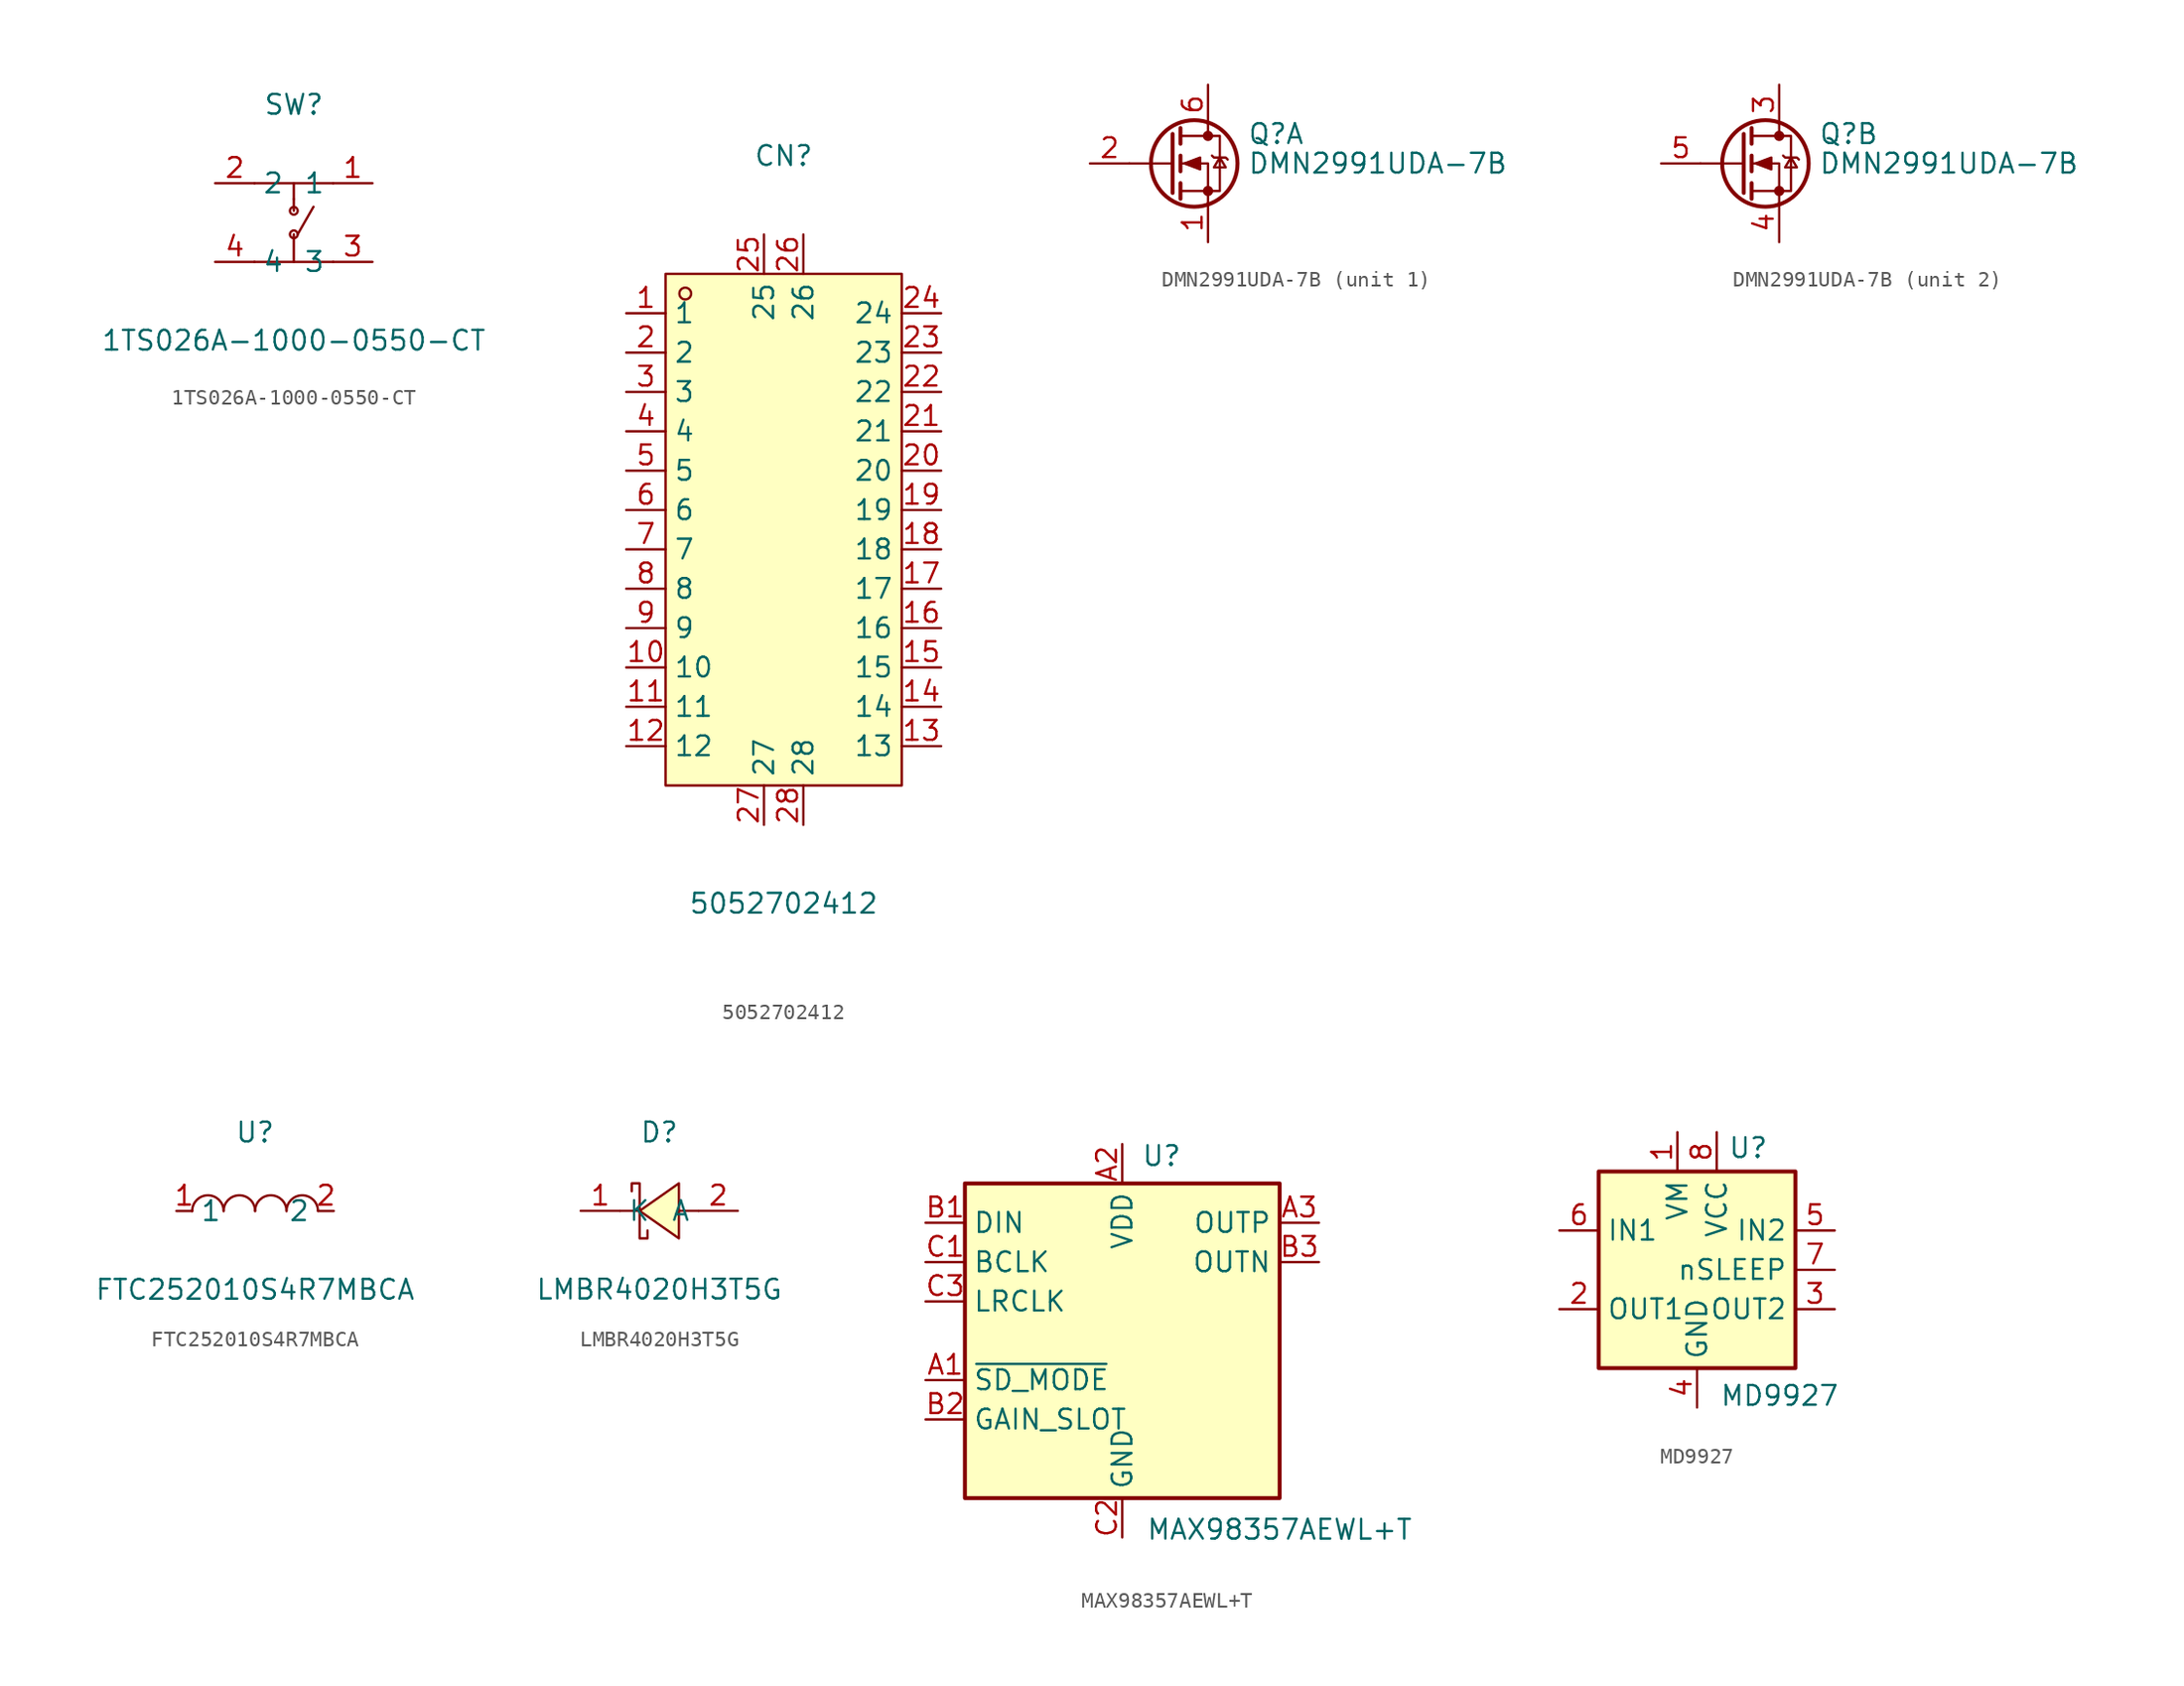
<source format=kicad_sym>
(kicad_symbol_lib
  (version 20231120)
  (generator "kicad_symbol_editor")
  (generator_version "8.0")
  (symbol "1TS026A-1000-0550-CT"
    (property "Reference" "SW"
      (at 0 7.62 0)
      (effects (font (size 1.27 1.27))))
    (property "Value" "1TS026A-1000-0550-CT"
      (at 0 -7.62 0)
      (effects (font (size 1.27 1.27))))
    (symbol "1TS026A-1000-0550-CT_0_1"
      (circle (center 0 -0.76) (radius 0.25) (stroke (width 0) (type default)) (fill (type none)))
      (polyline (pts (xy 0 -2.54) (xy 0 -0.76)) (stroke (width 0) (type default)) (fill (type none)))
      (polyline (pts (xy 0 1.52) (xy 0 0.76)) (stroke (width 0) (type default)) (fill (type none)))
      (polyline (pts (xy 0 2.54) (xy 0 1.52)) (stroke (width 0) (type default)) (fill (type none)))
      (polyline (pts (xy 1.27 1.02) (xy 0.25 -0.76)) (stroke (width 0) (type default)) (fill (type none)))
      (polyline (pts (xy 2.54 -2.54) (xy -2.54 -2.54)) (stroke (width 0) (type default)) (fill (type none)))
      (polyline (pts (xy 2.54 2.54) (xy -2.54 2.54)) (stroke (width 0) (type default)) (fill (type none)))
      (circle (center 0 0.76) (radius 0.25) (stroke (width 0) (type default)) (fill (type none)))
      (pin unspecified line (at 5.08 2.54 180) (length 2.54) (name "1" (effects (font (size 1.27 1.27)))) (number "1" (effects (font (size 1.27 1.27)))))
      (pin unspecified line (at -5.08 2.54 0) (length 2.54) (name "2" (effects (font (size 1.27 1.27)))) (number "2" (effects (font (size 1.27 1.27)))))
      (pin unspecified line (at 5.08 -2.54 180) (length 2.54) (name "3" (effects (font (size 1.27 1.27)))) (number "3" (effects (font (size 1.27 1.27)))))
      (pin unspecified line (at -5.08 -2.54 0) (length 2.54) (name "4" (effects (font (size 1.27 1.27)))) (number "4" (effects (font (size 1.27 1.27)))))))
  (symbol "5052702412"
    (property "Reference" "CN"
      (at 0 24.13 0)
      (effects (font (size 1.27 1.27))))
    (property "Value" "5052702412"
      (at 0 -24.13 0)
      (effects (font (size 1.27 1.27))))
    (symbol "5052702412_0_1"
      (rectangle (start -7.62 16.51) (end 7.62 -16.51) (stroke (width 0) (type default)) (fill (type background)))
      (circle (center -6.35 15.24) (radius 0.38) (stroke (width 0) (type default)) (fill (type none)))
      (pin unspecified line (at -10.16 13.97 0) (length 2.54) (name "1" (effects (font (size 1.27 1.27)))) (number "1" (effects (font (size 1.27 1.27)))))
      (pin unspecified line (at -10.16 -8.89 0) (length 2.54) (name "10" (effects (font (size 1.27 1.27)))) (number "10" (effects (font (size 1.27 1.27)))))
      (pin unspecified line (at -10.16 -11.43 0) (length 2.54) (name "11" (effects (font (size 1.27 1.27)))) (number "11" (effects (font (size 1.27 1.27)))))
      (pin unspecified line (at -10.16 -13.97 0) (length 2.54) (name "12" (effects (font (size 1.27 1.27)))) (number "12" (effects (font (size 1.27 1.27)))))
      (pin unspecified line (at 10.16 -13.97 180) (length 2.54) (name "13" (effects (font (size 1.27 1.27)))) (number "13" (effects (font (size 1.27 1.27)))))
      (pin unspecified line (at 10.16 -11.43 180) (length 2.54) (name "14" (effects (font (size 1.27 1.27)))) (number "14" (effects (font (size 1.27 1.27)))))
      (pin unspecified line (at 10.16 -8.89 180) (length 2.54) (name "15" (effects (font (size 1.27 1.27)))) (number "15" (effects (font (size 1.27 1.27)))))
      (pin unspecified line (at 10.16 -6.35 180) (length 2.54) (name "16" (effects (font (size 1.27 1.27)))) (number "16" (effects (font (size 1.27 1.27)))))
      (pin unspecified line (at 10.16 -3.81 180) (length 2.54) (name "17" (effects (font (size 1.27 1.27)))) (number "17" (effects (font (size 1.27 1.27)))))
      (pin unspecified line (at 10.16 -1.27 180) (length 2.54) (name "18" (effects (font (size 1.27 1.27)))) (number "18" (effects (font (size 1.27 1.27)))))
      (pin unspecified line (at 10.16 1.27 180) (length 2.54) (name "19" (effects (font (size 1.27 1.27)))) (number "19" (effects (font (size 1.27 1.27)))))
      (pin unspecified line (at -10.16 11.43 0) (length 2.54) (name "2" (effects (font (size 1.27 1.27)))) (number "2" (effects (font (size 1.27 1.27)))))
      (pin unspecified line (at 10.16 3.81 180) (length 2.54) (name "20" (effects (font (size 1.27 1.27)))) (number "20" (effects (font (size 1.27 1.27)))))
      (pin unspecified line (at 10.16 6.35 180) (length 2.54) (name "21" (effects (font (size 1.27 1.27)))) (number "21" (effects (font (size 1.27 1.27)))))
      (pin unspecified line (at 10.16 8.89 180) (length 2.54) (name "22" (effects (font (size 1.27 1.27)))) (number "22" (effects (font (size 1.27 1.27)))))
      (pin unspecified line (at 10.16 11.43 180) (length 2.54) (name "23" (effects (font (size 1.27 1.27)))) (number "23" (effects (font (size 1.27 1.27)))))
      (pin unspecified line (at 10.16 13.97 180) (length 2.54) (name "24" (effects (font (size 1.27 1.27)))) (number "24" (effects (font (size 1.27 1.27)))))
      (pin unspecified line (at -1.27 19.05 270) (length 2.54) (name "25" (effects (font (size 1.27 1.27)))) (number "25" (effects (font (size 1.27 1.27)))))
      (pin unspecified line (at 1.27 19.05 270) (length 2.54) (name "26" (effects (font (size 1.27 1.27)))) (number "26" (effects (font (size 1.27 1.27)))))
      (pin unspecified line (at -1.27 -19.05 90) (length 2.54) (name "27" (effects (font (size 1.27 1.27)))) (number "27" (effects (font (size 1.27 1.27)))))
      (pin unspecified line (at 1.27 -19.05 90) (length 2.54) (name "28" (effects (font (size 1.27 1.27)))) (number "28" (effects (font (size 1.27 1.27)))))
      (pin unspecified line (at -10.16 8.89 0) (length 2.54) (name "3" (effects (font (size 1.27 1.27)))) (number "3" (effects (font (size 1.27 1.27)))))
      (pin unspecified line (at -10.16 6.35 0) (length 2.54) (name "4" (effects (font (size 1.27 1.27)))) (number "4" (effects (font (size 1.27 1.27)))))
      (pin unspecified line (at -10.16 3.81 0) (length 2.54) (name "5" (effects (font (size 1.27 1.27)))) (number "5" (effects (font (size 1.27 1.27)))))
      (pin unspecified line (at -10.16 1.27 0) (length 2.54) (name "6" (effects (font (size 1.27 1.27)))) (number "6" (effects (font (size 1.27 1.27)))))
      (pin unspecified line (at -10.16 -1.27 0) (length 2.54) (name "7" (effects (font (size 1.27 1.27)))) (number "7" (effects (font (size 1.27 1.27)))))
      (pin unspecified line (at -10.16 -3.81 0) (length 2.54) (name "8" (effects (font (size 1.27 1.27)))) (number "8" (effects (font (size 1.27 1.27)))))
      (pin unspecified line (at -10.16 -6.35 0) (length 2.54) (name "9" (effects (font (size 1.27 1.27)))) (number "9" (effects (font (size 1.27 1.27)))))))
  (symbol "DMN2991UDA-7B"
    (pin_names hide)
    (property "Reference" "Q"
      (at 5.08 1.905 0)
      (effects (font (size 1.27 1.27)) (justify left)))
    (property "Value" "DMN2991UDA-7B"
      (at 5.08 0 0)
      (effects (font (size 1.27 1.27)) (justify left)))
    (symbol "DMN2991UDA-7B_0_1"
      (polyline (pts (xy 0.254 0) (xy -2.54 0)) (stroke (width 0) (type default)) (fill (type none)))
      (polyline (pts (xy 0.254 1.905) (xy 0.254 -1.905)) (stroke (width 0.254) (type default)) (fill (type none)))
      (polyline (pts (xy 0.762 -1.27) (xy 0.762 -2.286)) (stroke (width 0.254) (type default)) (fill (type none)))
      (polyline (pts (xy 0.762 0.508) (xy 0.762 -0.508)) (stroke (width 0.254) (type default)) (fill (type none)))
      (polyline (pts (xy 0.762 2.286) (xy 0.762 1.27)) (stroke (width 0.254) (type default)) (fill (type none)))
      (polyline (pts (xy 2.54 2.54) (xy 2.54 1.778)) (stroke (width 0) (type default)) (fill (type none)))
      (polyline (pts (xy 2.54 -2.54) (xy 2.54 0) (xy 0.762 0)) (stroke (width 0) (type default)) (fill (type none)))
      (polyline (pts (xy 0.762 -1.778) (xy 3.302 -1.778) (xy 3.302 1.778) (xy 0.762 1.778)) (stroke (width 0) (type default)) (fill (type none)))
      (polyline (pts (xy 1.016 0) (xy 2.032 0.381) (xy 2.032 -0.381) (xy 1.016 0)) (stroke (width 0) (type default)) (fill (type outline)))
      (polyline (pts (xy 2.794 0.508) (xy 2.921 0.381) (xy 3.683 0.381) (xy 3.81 0.254)) (stroke (width 0) (type default)) (fill (type none)))
      (polyline (pts (xy 3.302 0.381) (xy 2.921 -0.254) (xy 3.683 -0.254) (xy 3.302 0.381)) (stroke (width 0) (type default)) (fill (type none)))
      (circle (center 1.651 0) (radius 2.794) (stroke (width 0.254) (type default)) (fill (type none)))
      (circle (center 2.54 -1.778) (radius 0.254) (stroke (width 0) (type default)) (fill (type outline)))
      (circle (center 2.54 1.778) (radius 0.254) (stroke (width 0) (type default)) (fill (type outline))))
    (symbol "DMN2991UDA-7B_1_1"
      (pin passive line (at 2.54 -5.08 90) (length 2.54) (name "S1" (effects (font (size 1.27 1.27)))) (number "1" (effects (font (size 1.27 1.27)))))
      (pin passive line (at -5.08 0 0) (length 2.54) (name "G1" (effects (font (size 1.27 1.27)))) (number "2" (effects (font (size 1.27 1.27)))))
      (pin passive line (at 2.54 5.08 270) (length 2.54) (name "D1" (effects (font (size 1.27 1.27)))) (number "6" (effects (font (size 1.27 1.27))))))
    (symbol "DMN2991UDA-7B_2_1"
      (pin passive line (at 2.54 5.08 270) (length 2.54) (name "D2" (effects (font (size 1.27 1.27)))) (number "3" (effects (font (size 1.27 1.27)))))
      (pin passive line (at 2.54 -5.08 90) (length 2.54) (name "S2" (effects (font (size 1.27 1.27)))) (number "4" (effects (font (size 1.27 1.27)))))
      (pin passive line (at -5.08 0 0) (length 2.54) (name "G2" (effects (font (size 1.27 1.27)))) (number "5" (effects (font (size 1.27 1.27)))))))
  (symbol "FTC252010S4R7MBCA"
    (property "Reference" "U"
      (at 0 5.08 0)
      (effects (font (size 1.27 1.27))))
    (property "Value" "FTC252010S4R7MBCA"
      (at 0 -5.08 0)
      (effects (font (size 1.27 1.27))))
    (symbol "FTC252010S4R7MBCA_0_1"
      (arc (start -2.03 0.01) (mid -3.055 1.013) (end -4.06 -0.01) (stroke (width 0) (type default)) (fill (type none)))
      (arc (start 0 0.01) (mid -1.025 1.013) (end -2.03 -0.01) (stroke (width 0) (type default)) (fill (type none)))
      (arc (start 2.03 0.01) (mid 1.005 1.013) (end 0 -0.01) (stroke (width 0) (type default)) (fill (type none)))
      (arc (start 4.06 0.01) (mid 3.035 1.013) (end 2.03 -0.01) (stroke (width 0) (type default)) (fill (type none)))
      (pin unspecified line (at -5.08 0 0) (length 1.016) (name "1" (effects (font (size 1.27 1.27)))) (number "1" (effects (font (size 1.27 1.27)))))
      (pin unspecified line (at 5.08 0 180) (length 1.016) (name "2" (effects (font (size 1.27 1.27)))) (number "2" (effects (font (size 1.27 1.27)))))))
  (symbol "LMBR4020H3T5G"
    (property "Reference" "D"
      (at 0 5.08 0)
      (effects (font (size 1.27 1.27))))
    (property "Value" "LMBR4020H3T5G"
      (at 0 -5.08 0)
      (effects (font (size 1.27 1.27))))
    (symbol "LMBR4020H3T5G_0_1"
      (polyline (pts (xy -1.27 0) (xy -2.54 0)) (stroke (width 0) (type default)) (fill (type none)))
      (polyline (pts (xy 2.54 0) (xy 1.27 0)) (stroke (width 0) (type default)) (fill (type none)))
      (polyline (pts (xy 1.27 1.78) (xy -1.27 0) (xy 1.27 -1.78) (xy 1.27 1.78)) (stroke (width 0) (type default)) (fill (type background)))
      (polyline (pts (xy -1.78 1.27) (xy -1.78 1.78) (xy -1.27 1.78) (xy -1.27 -1.78) (xy -0.76 -1.78) (xy -0.76 -1.27)) (stroke (width 0) (type default)) (fill (type none)))
      (pin unspecified line (at -5.08 0 0) (length 2.54) (name "K" (effects (font (size 1.27 1.27)))) (number "1" (effects (font (size 1.27 1.27)))))
      (pin unspecified line (at 5.08 0 180) (length 2.54) (name "A" (effects (font (size 1.27 1.27)))) (number "2" (effects (font (size 1.27 1.27)))))))
  (symbol "MAX98357AEWL+T"
    (property "Reference" "U"
      (at 2.54 11.938 0)
      (effects (font (size 1.27 1.27))))
    (property "Value" "MAX98357AEWL+T"
      (at 10.16 -12.192 0)
      (effects (font (size 1.27 1.27))))
    (symbol "MAX98357AEWL+T_1_1"
      (rectangle (start -10.16 10.16) (end 10.16 -10.16) (stroke (width 0.254) (type default)) (fill (type background)))
      (pin input line (at -12.7 -2.54 0) (length 2.54) (name "~{SD_MODE}" (effects (font (size 1.27 1.27)))) (number "A1" (effects (font (size 1.27 1.27)))))
      (pin power_in line (at 0 12.7 270) (length 2.54) (name "VDD" (effects (font (size 1.27 1.27)))) (number "A2" (effects (font (size 1.27 1.27)))))
      (pin output line (at 12.7 7.62 180) (length 2.54) (name "OUTP" (effects (font (size 1.27 1.27)))) (number "A3" (effects (font (size 1.27 1.27)))))
      (pin input line (at -12.7 7.62 0) (length 2.54) (name "DIN" (effects (font (size 1.27 1.27)))) (number "B1" (effects (font (size 1.27 1.27)))))
      (pin passive line (at -12.7 -5.08 0) (length 2.54) (name "GAIN_SLOT" (effects (font (size 1.27 1.27)))) (number "B2" (effects (font (size 1.27 1.27)))))
      (pin output line (at 12.7 5.08 180) (length 2.54) (name "OUTN" (effects (font (size 1.27 1.27)))) (number "B3" (effects (font (size 1.27 1.27)))))
      (pin input line (at -12.7 5.08 0) (length 2.54) (name "BCLK" (effects (font (size 1.27 1.27)))) (number "C1" (effects (font (size 1.27 1.27)))))
      (pin power_in line (at 0 -12.7 90) (length 2.54) (name "GND" (effects (font (size 1.27 1.27)))) (number "C2" (effects (font (size 1.27 1.27)))))
      (pin input line (at -12.7 2.54 0) (length 2.54) (name "LRCLK" (effects (font (size 1.27 1.27)))) (number "C3" (effects (font (size 1.27 1.27)))))))
  (symbol "MD9927"
    (property "Reference" "U"
      (at 3.302 7.874 0)
      (effects (font (size 1.27 1.27))))
    (property "Value" "MD9927"
      (at 5.334 -8.128 0)
      (effects (font (size 1.27 1.27))))
    (symbol "MD9927_0_1"
      (rectangle (start -6.35 6.35) (end 6.35 -6.35) (stroke (width 0.254) (type default)) (fill (type background))))
    (symbol "MD9927_1_1"
      (pin power_in line (at -1.27 8.89 270) (length 2.54) (name "VM" (effects (font (size 1.27 1.27)))) (number "1" (effects (font (size 1.27 1.27)))))
      (pin output line (at -8.89 -2.54 0) (length 2.54) (name "OUT1" (effects (font (size 1.27 1.27)))) (number "2" (effects (font (size 1.27 1.27)))))
      (pin output line (at 8.89 -2.54 180) (length 2.54) (name "OUT2" (effects (font (size 1.27 1.27)))) (number "3" (effects (font (size 1.27 1.27)))))
      (pin power_in line (at 0 -8.89 90) (length 2.54) (name "GND" (effects (font (size 1.27 1.27)))) (number "4" (effects (font (size 1.27 1.27)))))
      (pin output line (at 8.89 2.54 180) (length 2.54) (name "IN2" (effects (font (size 1.27 1.27)))) (number "5" (effects (font (size 1.27 1.27)))))
      (pin output line (at -8.89 2.54 0) (length 2.54) (name "IN1" (effects (font (size 1.27 1.27)))) (number "6" (effects (font (size 1.27 1.27)))))
      (pin passive line (at 8.89 0 180) (length 2.54) (name "nSLEEP" (effects (font (size 1.27 1.27)))) (number "7" (effects (font (size 1.27 1.27)))))
      (pin power_in line (at 1.27 8.89 270) (length 2.54) (name "VCC" (effects (font (size 1.27 1.27)))) (number "8" (effects (font (size 1.27 1.27)))))
      (pin passive line (at 0 -8.89 90) (length 2.54) hide (name "GND" (effects (font (size 1.27 1.27)))) (number "9" (effects (font (size 1.27 1.27))))))))
</source>
